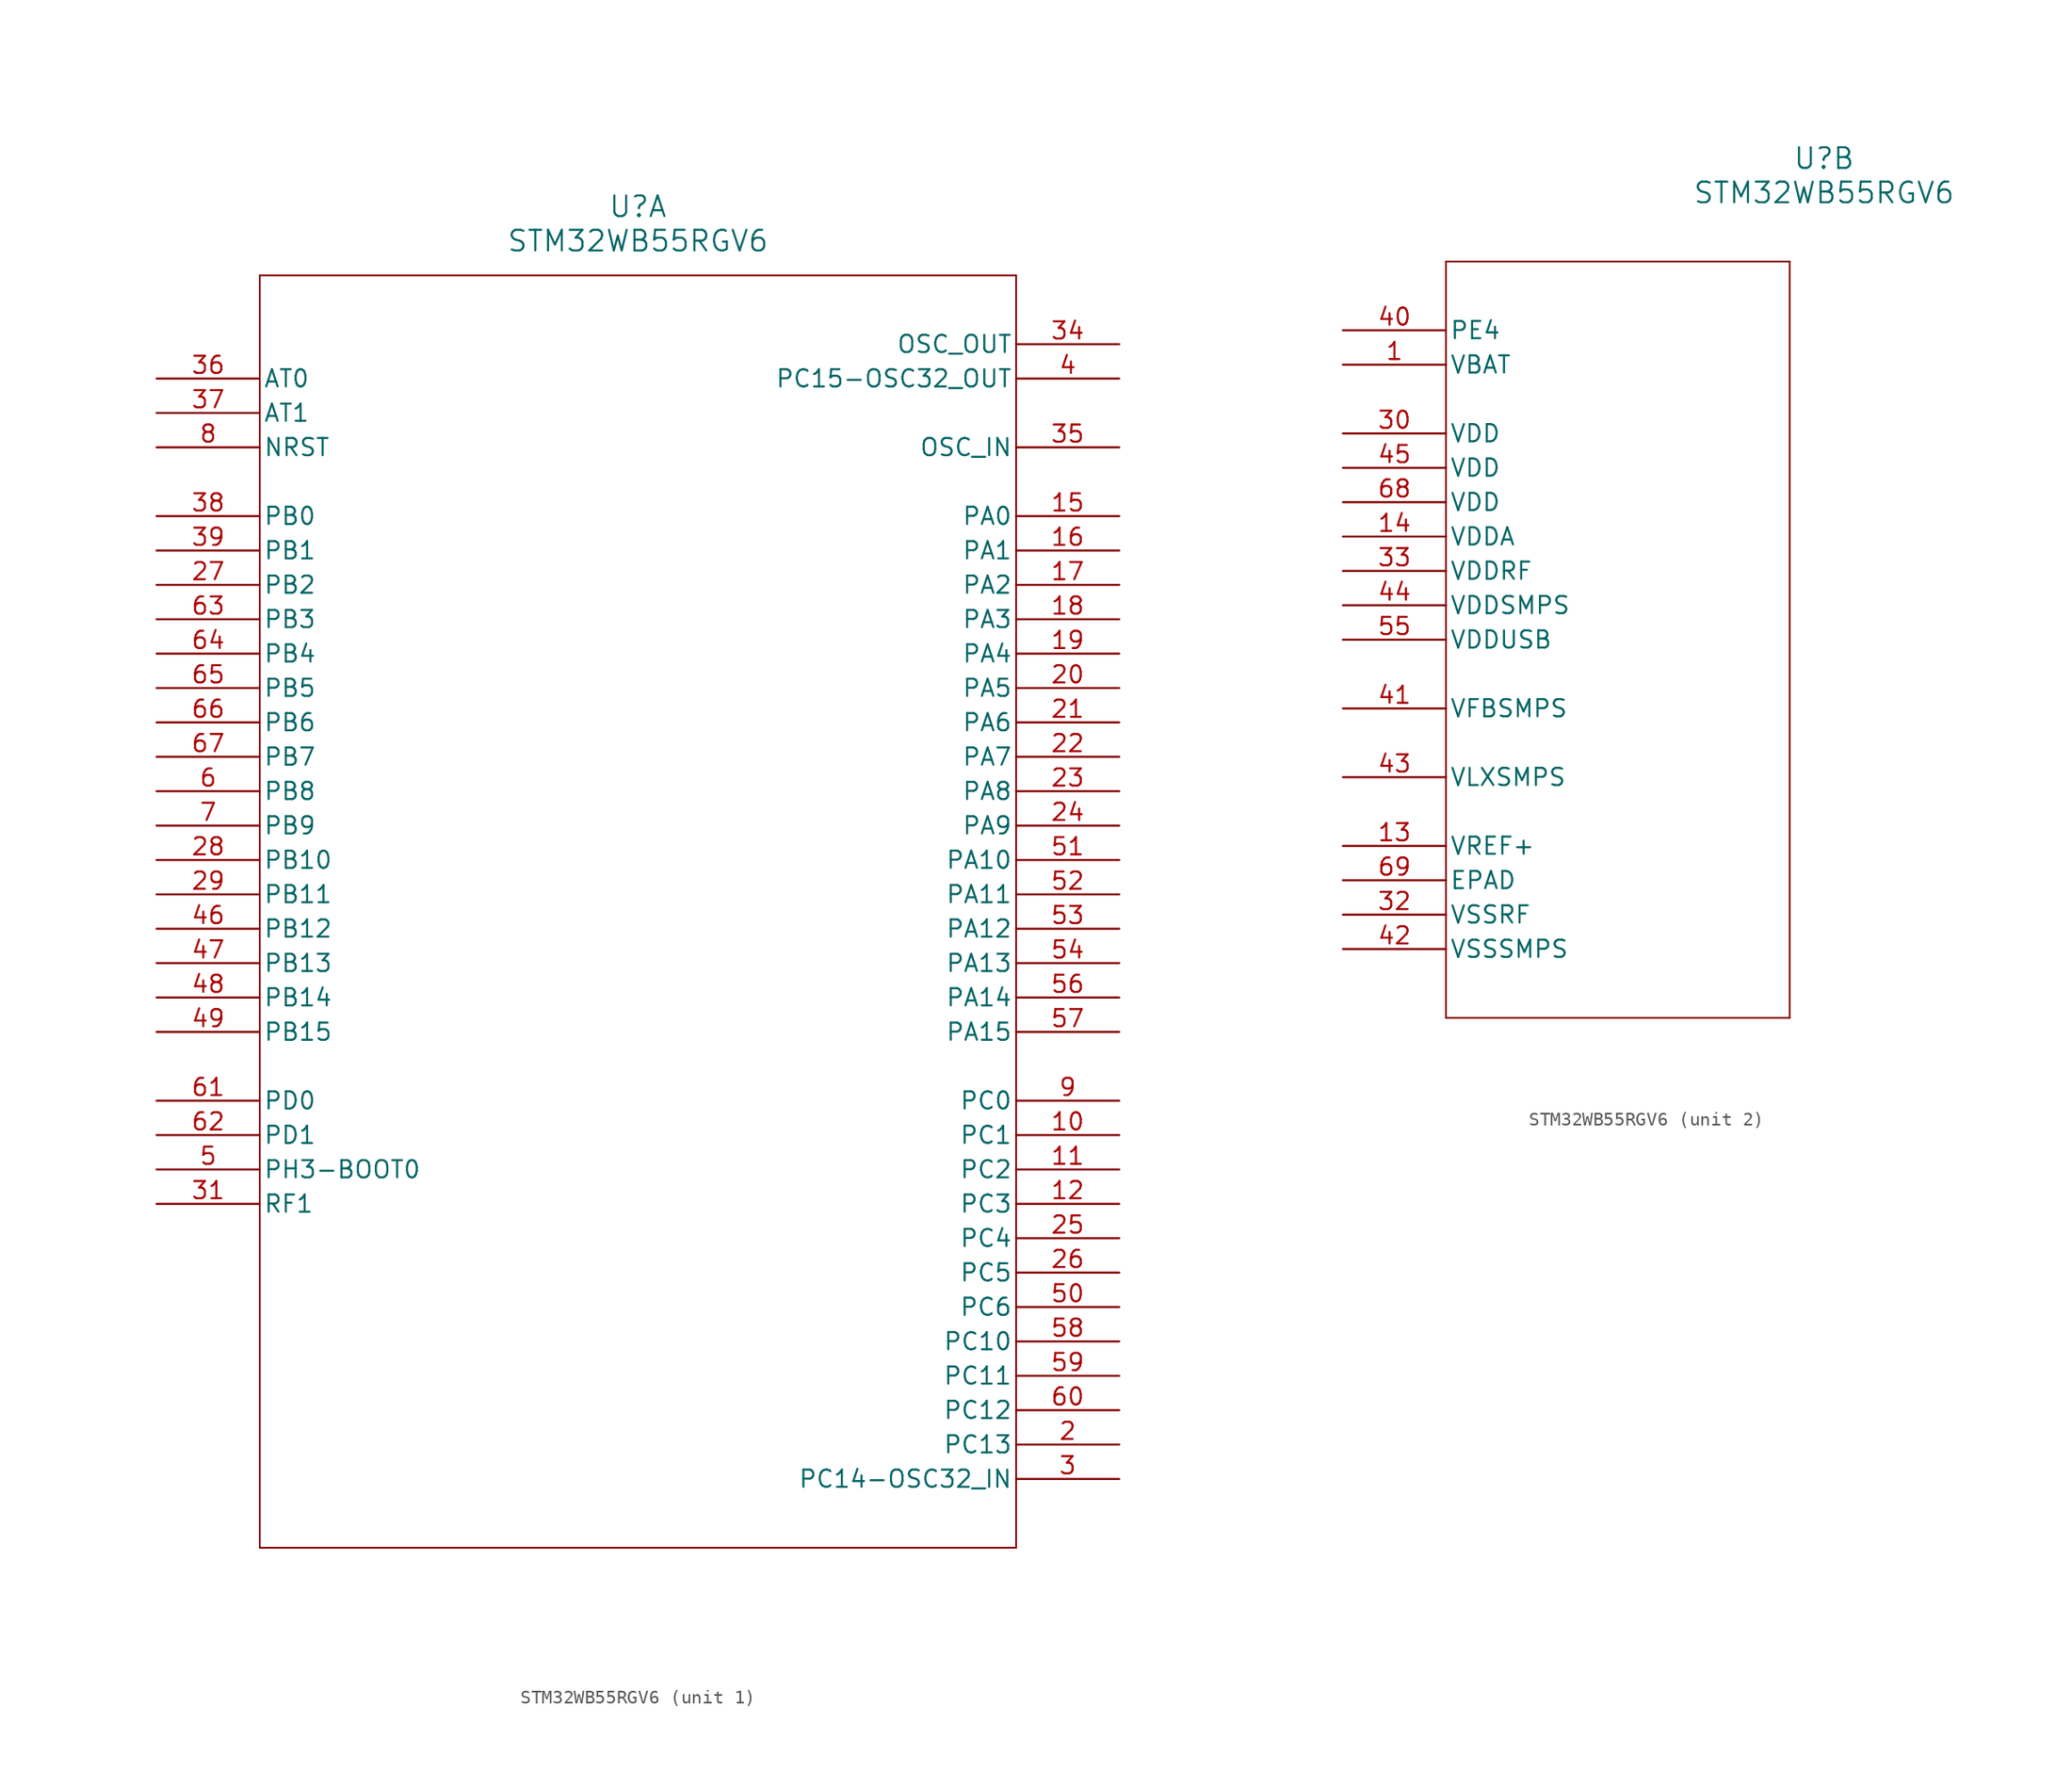
<source format=kicad_sym>
(kicad_symbol_lib
  (version 20211014)
  (generator kicad_symbol_editor)
  (symbol "STM32WB55RGV6"
    (pin_names
      (offset 0.254))
    (property "Reference" "U"
      (at 35.56 12.7 0)
      (effects (font (size 1.524 1.524))))
    (property "Value" "STM32WB55RGV6"
      (at 35.56 10.16 0)
      (effects (font (size 1.524 1.524))))
    (symbol "STM32WB55RGV6_1_1"
      (polyline (pts (xy 7.62 7.62) (xy 7.62 -86.36)) (stroke (width 0.127) (type default) (color 0 0 0 0)) (fill (type none)))
      (polyline (pts (xy 7.62 -86.36) (xy 63.5 -86.36)) (stroke (width 0.127) (type default) (color 0 0 0 0)) (fill (type none)))
      (polyline (pts (xy 63.5 -86.36) (xy 63.5 7.62)) (stroke (width 0.127) (type default) (color 0 0 0 0)) (fill (type none)))
      (polyline (pts (xy 63.5 7.62) (xy 7.62 7.62)) (stroke (width 0.127) (type default) (color 0 0 0 0)) (fill (type none)))
      (pin bidirectional line (at 71.12 -78.74 180) (length 7.62) (name "PC13" (effects (font (size 1.27 1.27)))) (number "2" (effects (font (size 1.27 1.27)))))
      (pin bidirectional line (at 71.12 -81.28 180) (length 7.62) (name "PC14-OSC32_IN" (effects (font (size 1.27 1.27)))) (number "3" (effects (font (size 1.27 1.27)))))
      (pin bidirectional line (at 71.12 0 180) (length 7.62) (name "PC15-OSC32_OUT" (effects (font (size 1.27 1.27)))) (number "4" (effects (font (size 1.27 1.27)))))
      (pin bidirectional line (at 0 -58.42 0) (length 7.62) (name "PH3-BOOT0" (effects (font (size 1.27 1.27)))) (number "5" (effects (font (size 1.27 1.27)))))
      (pin bidirectional line (at 0 -30.48 0) (length 7.62) (name "PB8" (effects (font (size 1.27 1.27)))) (number "6" (effects (font (size 1.27 1.27)))))
      (pin bidirectional line (at 0 -33.02 0) (length 7.62) (name "PB9" (effects (font (size 1.27 1.27)))) (number "7" (effects (font (size 1.27 1.27)))))
      (pin bidirectional line (at 0 -5.08 0) (length 7.62) (name "NRST" (effects (font (size 1.27 1.27)))) (number "8" (effects (font (size 1.27 1.27)))))
      (pin bidirectional line (at 71.12 -53.34 180) (length 7.62) (name "PC0" (effects (font (size 1.27 1.27)))) (number "9" (effects (font (size 1.27 1.27)))))
      (pin bidirectional line (at 71.12 -55.88 180) (length 7.62) (name "PC1" (effects (font (size 1.27 1.27)))) (number "10" (effects (font (size 1.27 1.27)))))
      (pin bidirectional line (at 71.12 -58.42 180) (length 7.62) (name "PC2" (effects (font (size 1.27 1.27)))) (number "11" (effects (font (size 1.27 1.27)))))
      (pin bidirectional line (at 71.12 -60.96 180) (length 7.62) (name "PC3" (effects (font (size 1.27 1.27)))) (number "12" (effects (font (size 1.27 1.27)))))
      (pin bidirectional line (at 71.12 -10.16 180) (length 7.62) (name "PA0" (effects (font (size 1.27 1.27)))) (number "15" (effects (font (size 1.27 1.27)))))
      (pin bidirectional line (at 71.12 -12.7 180) (length 7.62) (name "PA1" (effects (font (size 1.27 1.27)))) (number "16" (effects (font (size 1.27 1.27)))))
      (pin bidirectional line (at 71.12 -15.24 180) (length 7.62) (name "PA2" (effects (font (size 1.27 1.27)))) (number "17" (effects (font (size 1.27 1.27)))))
      (pin bidirectional line (at 71.12 -17.78 180) (length 7.62) (name "PA3" (effects (font (size 1.27 1.27)))) (number "18" (effects (font (size 1.27 1.27)))))
      (pin bidirectional line (at 71.12 -20.32 180) (length 7.62) (name "PA4" (effects (font (size 1.27 1.27)))) (number "19" (effects (font (size 1.27 1.27)))))
      (pin bidirectional line (at 71.12 -22.86 180) (length 7.62) (name "PA5" (effects (font (size 1.27 1.27)))) (number "20" (effects (font (size 1.27 1.27)))))
      (pin bidirectional line (at 71.12 -25.4 180) (length 7.62) (name "PA6" (effects (font (size 1.27 1.27)))) (number "21" (effects (font (size 1.27 1.27)))))
      (pin bidirectional line (at 71.12 -27.94 180) (length 7.62) (name "PA7" (effects (font (size 1.27 1.27)))) (number "22" (effects (font (size 1.27 1.27)))))
      (pin bidirectional line (at 71.12 -30.48 180) (length 7.62) (name "PA8" (effects (font (size 1.27 1.27)))) (number "23" (effects (font (size 1.27 1.27)))))
      (pin bidirectional line (at 71.12 -33.02 180) (length 7.62) (name "PA9" (effects (font (size 1.27 1.27)))) (number "24" (effects (font (size 1.27 1.27)))))
      (pin bidirectional line (at 71.12 -63.5 180) (length 7.62) (name "PC4" (effects (font (size 1.27 1.27)))) (number "25" (effects (font (size 1.27 1.27)))))
      (pin bidirectional line (at 71.12 -66.04 180) (length 7.62) (name "PC5" (effects (font (size 1.27 1.27)))) (number "26" (effects (font (size 1.27 1.27)))))
      (pin bidirectional line (at 0 -15.24 0) (length 7.62) (name "PB2" (effects (font (size 1.27 1.27)))) (number "27" (effects (font (size 1.27 1.27)))))
      (pin bidirectional line (at 0 -35.56 0) (length 7.62) (name "PB10" (effects (font (size 1.27 1.27)))) (number "28" (effects (font (size 1.27 1.27)))))
      (pin bidirectional line (at 0 -38.1 0) (length 7.62) (name "PB11" (effects (font (size 1.27 1.27)))) (number "29" (effects (font (size 1.27 1.27)))))
      (pin bidirectional line (at 0 -60.96 0) (length 7.62) (name "RF1" (effects (font (size 1.27 1.27)))) (number "31" (effects (font (size 1.27 1.27)))))
      (pin bidirectional line (at 71.12 2.54 180) (length 7.62) (name "OSC_OUT" (effects (font (size 1.27 1.27)))) (number "34" (effects (font (size 1.27 1.27)))))
      (pin bidirectional line (at 71.12 -5.08 180) (length 7.62) (name "OSC_IN" (effects (font (size 1.27 1.27)))) (number "35" (effects (font (size 1.27 1.27)))))
      (pin bidirectional line (at 0 0 0) (length 7.62) (name "AT0" (effects (font (size 1.27 1.27)))) (number "36" (effects (font (size 1.27 1.27)))))
      (pin bidirectional line (at 0 -2.54 0) (length 7.62) (name "AT1" (effects (font (size 1.27 1.27)))) (number "37" (effects (font (size 1.27 1.27)))))
      (pin bidirectional line (at 0 -10.16 0) (length 7.62) (name "PB0" (effects (font (size 1.27 1.27)))) (number "38" (effects (font (size 1.27 1.27)))))
      (pin bidirectional line (at 0 -12.7 0) (length 7.62) (name "PB1" (effects (font (size 1.27 1.27)))) (number "39" (effects (font (size 1.27 1.27)))))
      (pin bidirectional line (at 0 -40.64 0) (length 7.62) (name "PB12" (effects (font (size 1.27 1.27)))) (number "46" (effects (font (size 1.27 1.27)))))
      (pin bidirectional line (at 0 -43.18 0) (length 7.62) (name "PB13" (effects (font (size 1.27 1.27)))) (number "47" (effects (font (size 1.27 1.27)))))
      (pin bidirectional line (at 0 -45.72 0) (length 7.62) (name "PB14" (effects (font (size 1.27 1.27)))) (number "48" (effects (font (size 1.27 1.27)))))
      (pin bidirectional line (at 0 -48.26 0) (length 7.62) (name "PB15" (effects (font (size 1.27 1.27)))) (number "49" (effects (font (size 1.27 1.27)))))
      (pin bidirectional line (at 71.12 -68.58 180) (length 7.62) (name "PC6" (effects (font (size 1.27 1.27)))) (number "50" (effects (font (size 1.27 1.27)))))
      (pin bidirectional line (at 71.12 -35.56 180) (length 7.62) (name "PA10" (effects (font (size 1.27 1.27)))) (number "51" (effects (font (size 1.27 1.27)))))
      (pin bidirectional line (at 71.12 -38.1 180) (length 7.62) (name "PA11" (effects (font (size 1.27 1.27)))) (number "52" (effects (font (size 1.27 1.27)))))
      (pin bidirectional line (at 71.12 -40.64 180) (length 7.62) (name "PA12" (effects (font (size 1.27 1.27)))) (number "53" (effects (font (size 1.27 1.27)))))
      (pin bidirectional line (at 71.12 -43.18 180) (length 7.62) (name "PA13" (effects (font (size 1.27 1.27)))) (number "54" (effects (font (size 1.27 1.27)))))
      (pin bidirectional line (at 71.12 -45.72 180) (length 7.62) (name "PA14" (effects (font (size 1.27 1.27)))) (number "56" (effects (font (size 1.27 1.27)))))
      (pin bidirectional line (at 71.12 -48.26 180) (length 7.62) (name "PA15" (effects (font (size 1.27 1.27)))) (number "57" (effects (font (size 1.27 1.27)))))
      (pin bidirectional line (at 71.12 -71.12 180) (length 7.62) (name "PC10" (effects (font (size 1.27 1.27)))) (number "58" (effects (font (size 1.27 1.27)))))
      (pin bidirectional line (at 71.12 -73.66 180) (length 7.62) (name "PC11" (effects (font (size 1.27 1.27)))) (number "59" (effects (font (size 1.27 1.27)))))
      (pin bidirectional line (at 71.12 -76.2 180) (length 7.62) (name "PC12" (effects (font (size 1.27 1.27)))) (number "60" (effects (font (size 1.27 1.27)))))
      (pin bidirectional line (at 0 -53.34 0) (length 7.62) (name "PD0" (effects (font (size 1.27 1.27)))) (number "61" (effects (font (size 1.27 1.27)))))
      (pin bidirectional line (at 0 -55.88 0) (length 7.62) (name "PD1" (effects (font (size 1.27 1.27)))) (number "62" (effects (font (size 1.27 1.27)))))
      (pin bidirectional line (at 0 -17.78 0) (length 7.62) (name "PB3" (effects (font (size 1.27 1.27)))) (number "63" (effects (font (size 1.27 1.27)))))
      (pin bidirectional line (at 0 -20.32 0) (length 7.62) (name "PB4" (effects (font (size 1.27 1.27)))) (number "64" (effects (font (size 1.27 1.27)))))
      (pin bidirectional line (at 0 -22.86 0) (length 7.62) (name "PB5" (effects (font (size 1.27 1.27)))) (number "65" (effects (font (size 1.27 1.27)))))
      (pin bidirectional line (at 0 -25.4 0) (length 7.62) (name "PB6" (effects (font (size 1.27 1.27)))) (number "66" (effects (font (size 1.27 1.27)))))
      (pin bidirectional line (at 0 -27.94 0) (length 7.62) (name "PB7" (effects (font (size 1.27 1.27)))) (number "67" (effects (font (size 1.27 1.27))))))
    (symbol "STM32WB55RGV6_2_1"
      (polyline (pts (xy 7.62 5.08) (xy 7.62 -50.8)) (stroke (width 0.127) (type default) (color 0 0 0 0)) (fill (type none)))
      (polyline (pts (xy 7.62 -50.8) (xy 33.02 -50.8)) (stroke (width 0.127) (type default) (color 0 0 0 0)) (fill (type none)))
      (polyline (pts (xy 33.02 -50.8) (xy 33.02 5.08)) (stroke (width 0.127) (type default) (color 0 0 0 0)) (fill (type none)))
      (polyline (pts (xy 33.02 5.08) (xy 7.62 5.08)) (stroke (width 0.127) (type default) (color 0 0 0 0)) (fill (type none)))
      (pin power_in line (at 0 -2.54 0) (length 7.62) (name "VBAT" (effects (font (size 1.27 1.27)))) (number "1" (effects (font (size 1.27 1.27)))))
      (pin power_in line (at 0 -38.1 0) (length 7.62) (name "VREF+" (effects (font (size 1.27 1.27)))) (number "13" (effects (font (size 1.27 1.27)))))
      (pin power_in line (at 0 -15.24 0) (length 7.62) (name "VDDA" (effects (font (size 1.27 1.27)))) (number "14" (effects (font (size 1.27 1.27)))))
      (pin power_in line (at 0 -7.62 0) (length 7.62) (name "VDD" (effects (font (size 1.27 1.27)))) (number "30" (effects (font (size 1.27 1.27)))))
      (pin power_in line (at 0 -43.18 0) (length 7.62) (name "VSSRF" (effects (font (size 1.27 1.27)))) (number "32" (effects (font (size 1.27 1.27)))))
      (pin power_in line (at 0 -17.78 0) (length 7.62) (name "VDDRF" (effects (font (size 1.27 1.27)))) (number "33" (effects (font (size 1.27 1.27)))))
      (pin power_in line (at 0 0 0) (length 7.62) (name "PE4" (effects (font (size 1.27 1.27)))) (number "40" (effects (font (size 1.27 1.27)))))
      (pin power_in line (at 0 -27.94 0) (length 7.62) (name "VFBSMPS" (effects (font (size 1.27 1.27)))) (number "41" (effects (font (size 1.27 1.27)))))
      (pin power_in line (at 0 -45.72 0) (length 7.62) (name "VSSSMPS" (effects (font (size 1.27 1.27)))) (number "42" (effects (font (size 1.27 1.27)))))
      (pin power_in line (at 0 -33.02 0) (length 7.62) (name "VLXSMPS" (effects (font (size 1.27 1.27)))) (number "43" (effects (font (size 1.27 1.27)))))
      (pin power_in line (at 0 -20.32 0) (length 7.62) (name "VDDSMPS" (effects (font (size 1.27 1.27)))) (number "44" (effects (font (size 1.27 1.27)))))
      (pin power_in line (at 0 -10.16 0) (length 7.62) (name "VDD" (effects (font (size 1.27 1.27)))) (number "45" (effects (font (size 1.27 1.27)))))
      (pin power_in line (at 0 -22.86 0) (length 7.62) (name "VDDUSB" (effects (font (size 1.27 1.27)))) (number "55" (effects (font (size 1.27 1.27)))))
      (pin power_in line (at 0 -12.7 0) (length 7.62) (name "VDD" (effects (font (size 1.27 1.27)))) (number "68" (effects (font (size 1.27 1.27)))))
      (pin power_out line (at 0 -40.64 0) (length 7.62) (name "EPAD" (effects (font (size 1.27 1.27)))) (number "69" (effects (font (size 1.27 1.27))))))))
</source>
